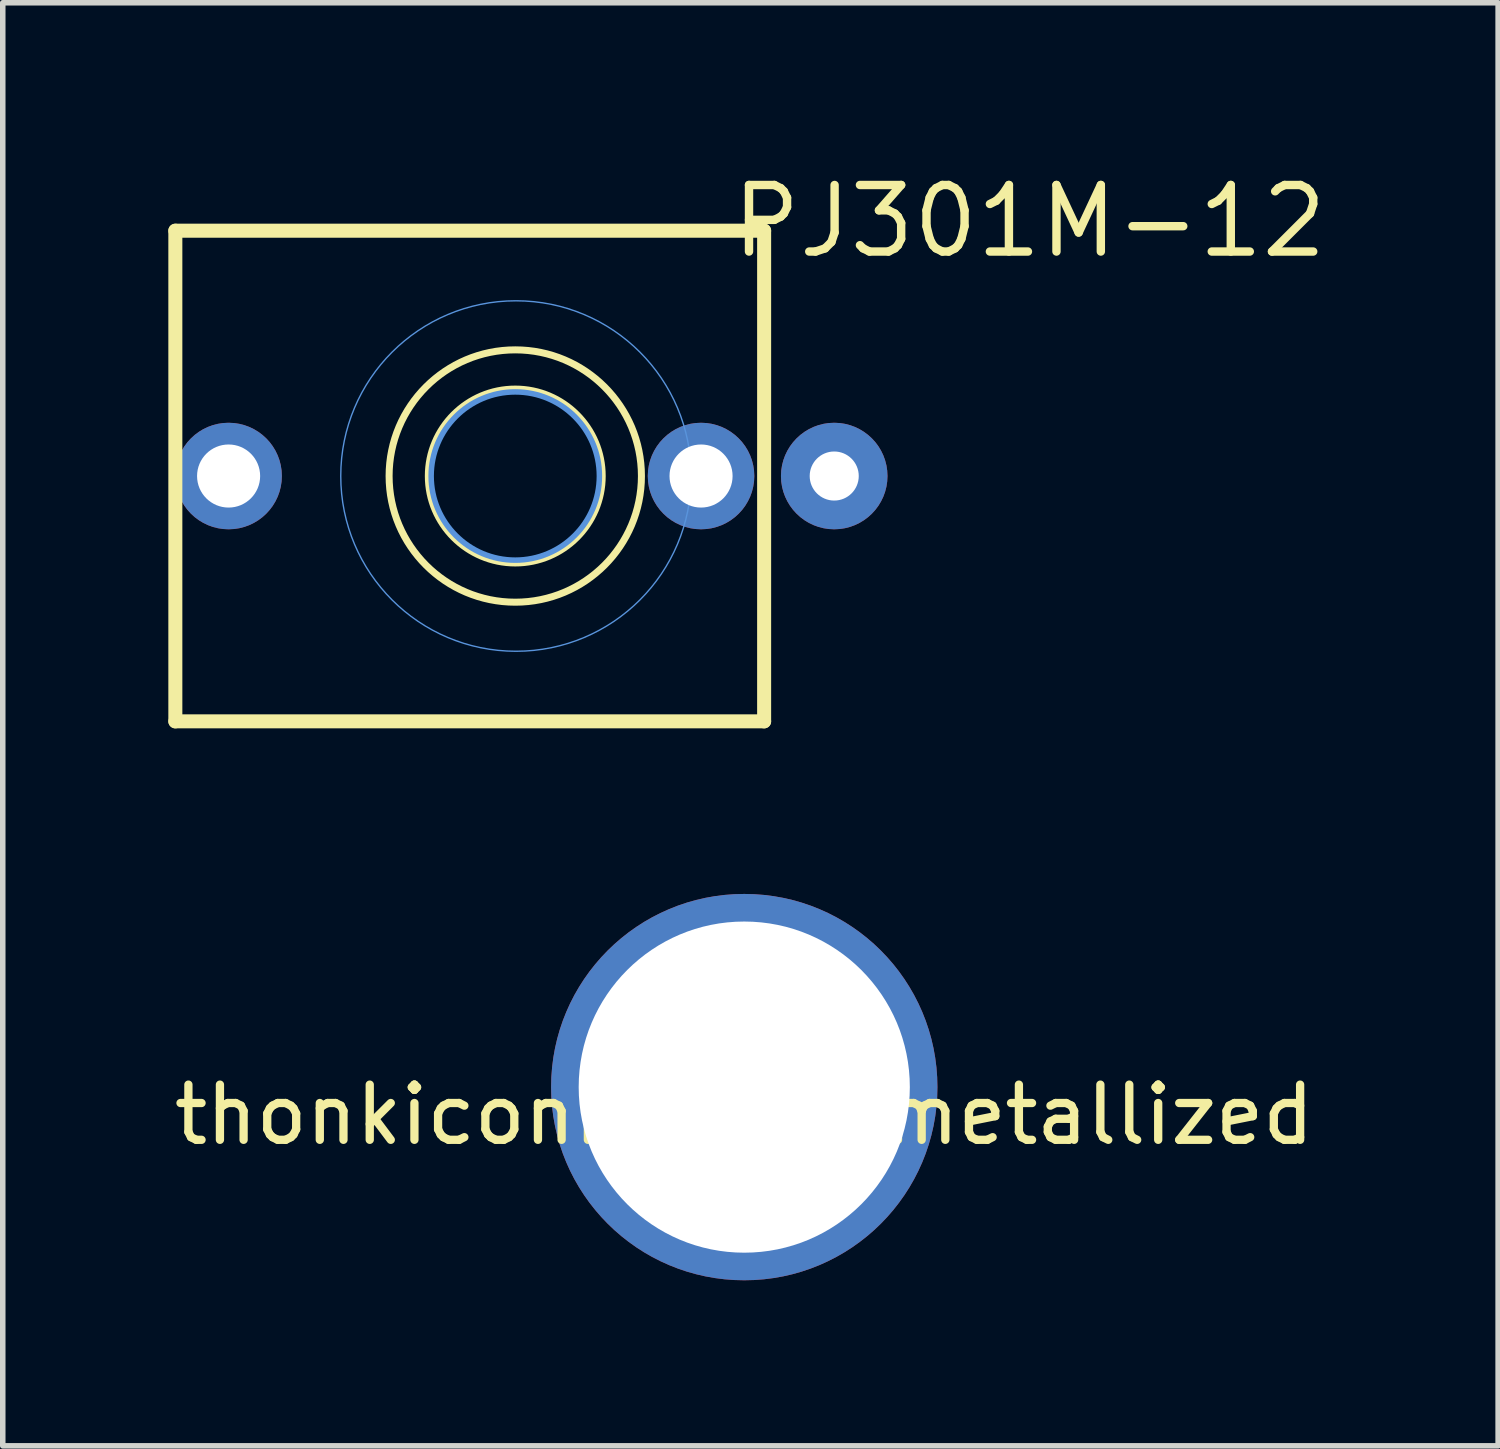
<source format=kicad_pcb>
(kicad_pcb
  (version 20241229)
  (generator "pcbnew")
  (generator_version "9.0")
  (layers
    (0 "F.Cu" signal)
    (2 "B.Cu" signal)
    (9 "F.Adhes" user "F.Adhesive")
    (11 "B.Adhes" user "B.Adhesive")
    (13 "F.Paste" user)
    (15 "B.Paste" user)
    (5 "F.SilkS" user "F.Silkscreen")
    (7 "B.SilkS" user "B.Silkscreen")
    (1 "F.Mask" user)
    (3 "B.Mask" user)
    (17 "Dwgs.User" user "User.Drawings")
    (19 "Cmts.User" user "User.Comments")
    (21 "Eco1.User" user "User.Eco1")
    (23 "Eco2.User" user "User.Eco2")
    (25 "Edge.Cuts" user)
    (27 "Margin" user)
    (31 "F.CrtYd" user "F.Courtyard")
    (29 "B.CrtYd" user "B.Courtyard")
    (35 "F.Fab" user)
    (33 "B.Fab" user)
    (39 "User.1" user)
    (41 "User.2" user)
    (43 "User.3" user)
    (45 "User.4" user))
  (footprint "PJ301M-12"
    (layer "F.Cu")
    (at 6.299 5.575)
    (property "Reference" "PJ301M-12" (at 3.835 -3.912 0) (layer "F.SilkS") (effects (font (size 1.206 1.206) (thickness 0.152)) (justify left bottom)))
    (attr through_hole)
    (fp_line (start -6.172 -4.445) (end -6.172 4.445) (stroke (width 0.254) (type solid)) (layer "F.SilkS"))
    (fp_line (start -6.172 4.445) (end 4.496 4.445) (stroke (width 0.254) (type solid)) (layer "F.SilkS"))
    (fp_line (start 4.496 -4.445) (end -6.172 -4.445) (stroke (width 0.254) (type solid)) (layer "F.SilkS"))
    (fp_line (start 4.496 4.445) (end 4.496 -4.445) (stroke (width 0.254) (type solid)) (layer "F.SilkS"))
    (fp_circle (center -0.013 0) (end 1.562 0) (stroke (width 0.127) (type solid)) (fill no) (layer "F.SilkS"))
    (fp_circle (center -0.013 0) (end 2.273 0) (stroke (width 0.127) (type solid)) (fill no) (layer "F.SilkS"))
    (fp_circle (center -0.013 0) (end 1.511 0) (stroke (width 0.1) (type solid)) (fill no) (layer "Cmts.User"))
    (fp_circle (center 0 0) (end 3.175 0) (stroke (width 0.025) (type solid)) (fill no) (layer "Cmts.User"))
    (pad "S" thru_hole circle (at 5.766 0) (size 1.93 1.93) (drill 0.889) (layers "*.Cu" "*.Mask"))
    (pad "T" thru_hole circle (at -5.207 0) (size 1.93 1.93) (drill 1.143) (layers "*.Cu" "*.Mask"))
    (pad "TN" thru_hole circle (at 3.353 0) (size 1.93 1.93) (drill 1.143) (layers "*.Cu" "*.Mask")))
  (footprint "thonkiconn_hole_metallized"
    (layer "F.Cu")
    (at 10.435 16.647)
    (property "Reference" "thonkiconn_hole_metallized" (at 0 0.5 0) (layer "F.SilkS") (effects (font (size 1 1) (thickness 0.15))))
    (attr through_hole)
    (pad "1" thru_hole circle (at 0 0) (size 7 7) (drill 6) (layers "*.Cu" "*.Mask")))
  (gr_rect
    (start -3 -3)
    (end 24.094 23.147)
    (stroke (width 0.1) (type default))
    (fill no)
    (layer "Edge.Cuts")))
</source>
